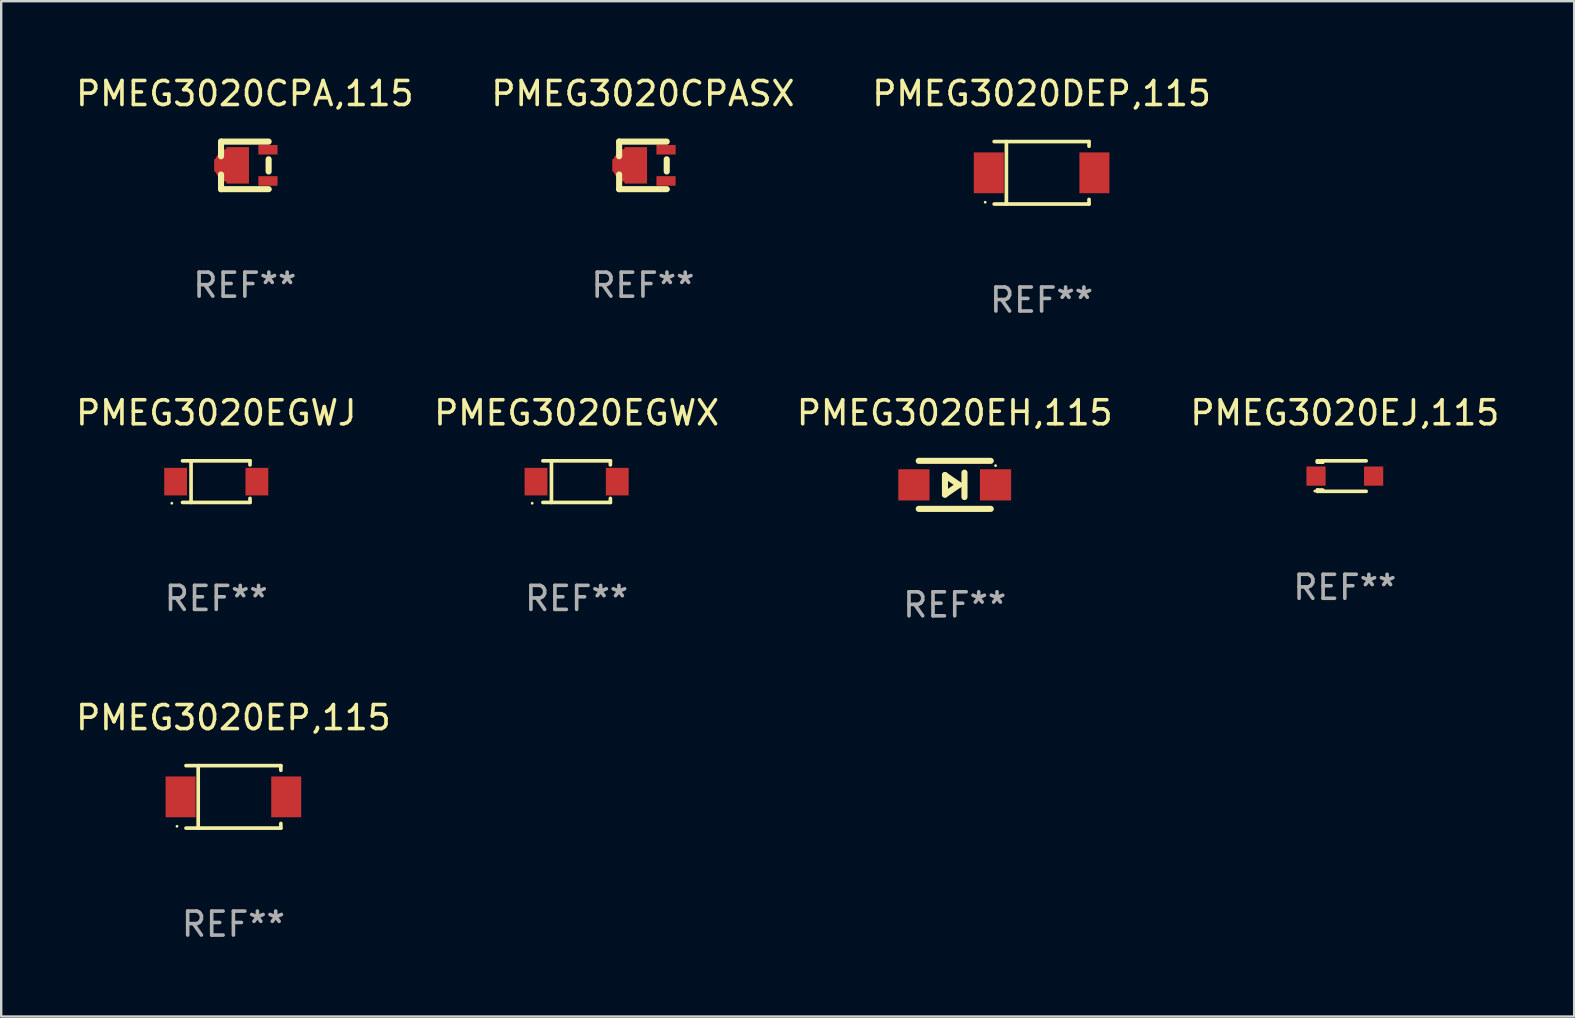
<source format=kicad_pcb>
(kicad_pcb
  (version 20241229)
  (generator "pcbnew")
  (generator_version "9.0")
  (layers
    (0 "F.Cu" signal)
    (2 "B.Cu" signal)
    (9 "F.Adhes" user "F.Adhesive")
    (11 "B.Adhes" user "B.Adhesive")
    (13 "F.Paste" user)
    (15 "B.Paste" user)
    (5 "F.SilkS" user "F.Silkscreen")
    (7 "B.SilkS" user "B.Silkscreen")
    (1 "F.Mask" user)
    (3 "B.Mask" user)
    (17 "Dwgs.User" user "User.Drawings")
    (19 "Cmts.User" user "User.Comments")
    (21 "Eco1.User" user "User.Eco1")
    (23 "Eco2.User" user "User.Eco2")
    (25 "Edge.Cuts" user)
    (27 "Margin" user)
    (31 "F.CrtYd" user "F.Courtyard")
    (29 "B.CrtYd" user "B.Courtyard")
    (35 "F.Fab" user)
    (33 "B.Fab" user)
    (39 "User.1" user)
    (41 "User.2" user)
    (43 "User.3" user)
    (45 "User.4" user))
  (footprint "PMEG3020EGWX"
    (layer "F.Cu")
    (at 20.97 17.013)
    (property "Reference" "PMEG3020EGWX" (at 0 -2.866 0) (layer "F.SilkS") (effects (font (size 1 1) (thickness 0.15))))
    (attr through_hole)
    (fp_line (start -1.406 -0.866) (end 1.406 -0.866) (stroke (width 0.152) (type solid)) (layer "F.SilkS"))
    (fp_line (start -1.406 0.866) (end 1.406 0.866) (stroke (width 0.152) (type solid)) (layer "F.SilkS"))
    (fp_line (start -1.049 -0.866) (end -1.049 0.866) (stroke (width 0.152) (type solid)) (layer "F.SilkS"))
    (fp_line (start 1.406 -0.866) (end 1.406 -0.698) (stroke (width 0.152) (type solid)) (layer "F.SilkS"))
    (fp_line (start 1.406 0.866) (end 1.406 0.698) (stroke (width 0.152) (type solid)) (layer "F.SilkS"))
    (fp_circle (center -1.851 0.9) (end -1.821 0.9) (stroke (width 0.06) (type solid)) (fill no) (layer "F.SilkS"))
    (fp_text user "REF**" (at 0 4.866 0) (layer "F.Fab") (effects (font (size 1 1) (thickness 0.15))))
    (pad "1" smd rect (at -1.692 0) (size 0.95 1.15) (layers "F.Cu" "F.Mask" "F.Paste"))
    (pad "2" smd rect (at 1.692 0) (size 0.95 1.15) (layers "F.Cu" "F.Mask" "F.Paste")))
  (footprint "PMEG3020DEP,115"
    (layer "F.Cu")
    (at 40.339 4.149)
    (property "Reference" "PMEG3020DEP,115" (at 0 -3.301 0) (layer "F.SilkS") (effects (font (size 1 1) (thickness 0.15))))
    (attr through_hole)
    (fp_line (start -1.976 -1.301) (end 1.976 -1.301) (stroke (width 0.152) (type solid)) (layer "F.SilkS"))
    (fp_line (start -1.976 1.301) (end 1.976 1.301) (stroke (width 0.152) (type solid)) (layer "F.SilkS"))
    (fp_line (start -1.467 -1.301) (end -1.467 1.301) (stroke (width 0.152) (type solid)) (layer "F.SilkS"))
    (fp_line (start 1.976 -1.301) (end 1.976 -1.108) (stroke (width 0.152) (type solid)) (layer "F.SilkS"))
    (fp_line (start 1.976 1.301) (end 1.976 1.108) (stroke (width 0.152) (type solid)) (layer "F.SilkS"))
    (fp_circle (center -2.35 1.225) (end -2.32 1.225) (stroke (width 0.06) (type solid)) (fill no) (layer "F.SilkS"))
    (fp_text user "REF**" (at 0 5.301 0) (layer "F.Fab") (effects (font (size 1 1) (thickness 0.15))))
    (pad "1" smd rect (at -2.2 0 180) (size 1.25 1.7) (layers "F.Cu" "F.Mask" "F.Paste"))
    (pad "2" smd rect (at 2.2 0 180) (size 1.25 1.7) (layers "F.Cu" "F.Mask" "F.Paste")))
  (footprint "PMEG3020EP,115"
    (layer "F.Cu")
    (at 6.673 30.145)
    (property "Reference" "PMEG3020EP,115" (at 0 -3.301 0) (layer "F.SilkS") (effects (font (size 1 1) (thickness 0.15))))
    (attr through_hole)
    (fp_line (start -1.976 -1.301) (end 1.976 -1.301) (stroke (width 0.152) (type solid)) (layer "F.SilkS"))
    (fp_line (start -1.976 1.301) (end 1.976 1.301) (stroke (width 0.152) (type solid)) (layer "F.SilkS"))
    (fp_line (start -1.467 -1.301) (end -1.467 1.301) (stroke (width 0.152) (type solid)) (layer "F.SilkS"))
    (fp_line (start 1.976 -1.301) (end 1.976 -1.108) (stroke (width 0.152) (type solid)) (layer "F.SilkS"))
    (fp_line (start 1.976 1.301) (end 1.976 1.108) (stroke (width 0.152) (type solid)) (layer "F.SilkS"))
    (fp_circle (center -2.35 1.225) (end -2.32 1.225) (stroke (width 0.06) (type solid)) (fill no) (layer "F.SilkS"))
    (fp_text user "REF**" (at 0 5.301 0) (layer "F.Fab") (effects (font (size 1 1) (thickness 0.15))))
    (pad "1" smd rect (at -2.2 0 180) (size 1.25 1.7) (layers "F.Cu" "F.Mask" "F.Paste"))
    (pad "2" smd rect (at 2.2 0 180) (size 1.25 1.7) (layers "F.Cu" "F.Mask" "F.Paste")))
  (footprint "PMEG3020EGWJ"
    (layer "F.Cu")
    (at 5.958 17.013)
    (property "Reference" "PMEG3020EGWJ" (at 0 -2.866 0) (layer "F.SilkS") (effects (font (size 1 1) (thickness 0.15))))
    (attr through_hole)
    (fp_line (start -1.406 -0.866) (end 1.406 -0.866) (stroke (width 0.152) (type solid)) (layer "F.SilkS"))
    (fp_line (start -1.406 0.866) (end 1.406 0.866) (stroke (width 0.152) (type solid)) (layer "F.SilkS"))
    (fp_line (start -1.049 -0.866) (end -1.049 0.866) (stroke (width 0.152) (type solid)) (layer "F.SilkS"))
    (fp_line (start 1.406 -0.866) (end 1.406 -0.698) (stroke (width 0.152) (type solid)) (layer "F.SilkS"))
    (fp_line (start 1.406 0.866) (end 1.406 0.698) (stroke (width 0.152) (type solid)) (layer "F.SilkS"))
    (fp_circle (center -1.851 0.9) (end -1.821 0.9) (stroke (width 0.06) (type solid)) (fill no) (layer "F.SilkS"))
    (fp_text user "REF**" (at 0 4.866 0) (layer "F.Fab") (effects (font (size 1 1) (thickness 0.15))))
    (pad "1" smd rect (at -1.692 0) (size 0.95 1.15) (layers "F.Cu" "F.Mask" "F.Paste"))
    (pad "2" smd rect (at 1.692 0) (size 0.95 1.15) (layers "F.Cu" "F.Mask" "F.Paste")))
  (footprint "PMEG3020EH,115"
    (layer "F.Cu")
    (at 36.72 17.147)
    (property "Reference" "PMEG3020EH,115" (at 0 -3 0) (layer "F.SilkS") (effects (font (size 1 1) (thickness 0.15))))
    (attr through_hole)
    (fp_line (start -1.5 -1) (end 1.5 -1) (stroke (width 0.254) (type solid)) (layer "F.SilkS"))
    (fp_line (start -0.406 -0.406) (end 0.178 0) (stroke (width 0.254) (type solid)) (layer "F.SilkS"))
    (fp_line (start -0.406 0.406) (end -0.406 -0.406) (stroke (width 0.254) (type solid)) (layer "F.SilkS"))
    (fp_line (start 0.178 0) (end -0.406 0.406) (stroke (width 0.254) (type solid)) (layer "F.SilkS"))
    (fp_line (start 0.406 0.508) (end 0.406 -0.508) (stroke (width 0.254) (type solid)) (layer "F.SilkS"))
    (fp_line (start 1.5 1) (end -1.5 1) (stroke (width 0.254) (type solid)) (layer "F.SilkS"))
    (fp_circle (center 1.7 -0.8) (end 1.73 -0.8) (stroke (width 0.06) (type solid)) (fill no) (layer "F.SilkS"))
    (fp_text user "REF**" (at 0 5 0) (layer "F.Fab") (effects (font (size 1 1) (thickness 0.15))))
    (pad "1" smd rect (at 1.7 0 180) (size 1.3 1.3) (layers "F.Cu" "F.Mask" "F.Paste"))
    (pad "2" smd rect (at -1.7 0 180) (size 1.3 1.3) (layers "F.Cu" "F.Mask" "F.Paste")))
  (footprint "PMEG3020CPA,115"
    (layer "F.Cu")
    (at 7.149 3.839)
    (property "Reference" "PMEG3020CPA,115" (at 0 -2.991 0) (layer "F.SilkS") (effects (font (size 1 1) (thickness 0.15))))
    (attr through_hole)
    (fp_line (start -0.991 -0.991) (end -0.991 -0.381) (stroke (width 0.254) (type solid)) (layer "F.SilkS"))
    (fp_line (start -0.991 0.381) (end -0.991 0.991) (stroke (width 0.254) (type solid)) (layer "F.SilkS"))
    (fp_line (start -0.991 0.991) (end 0.991 0.991) (stroke (width 0.254) (type solid)) (layer "F.SilkS"))
    (fp_line (start 0.991 -0.991) (end -0.991 -0.991) (stroke (width 0.254) (type solid)) (layer "F.SilkS"))
    (fp_line (start 0.991 -0.254) (end 0.991 0.254) (stroke (width 0.254) (type solid)) (layer "F.SilkS"))
    (fp_circle (center 1.054 0.999) (end 1.084 0.999) (stroke (width 0.06) (type solid)) (fill no) (layer "F.SilkS"))
    (fp_text user "REF**" (at 0 4.991 0) (layer "F.Fab") (effects (font (size 1 1) (thickness 0.15))))
    (pad "1" smd rect (at 0.962 0.649 270) (size 0.399 0.8) (layers "F.Cu" "F.Mask" "F.Paste"))
    (pad "2" smd rect (at 0.962 -0.651 270) (size 0.399 0.8) (layers "F.Cu" "F.Mask" "F.Paste"))
    (pad "3" smd custom (at -0.553 -0.001) (size 1.45 1.52) (layers "F.Cu" "F.Mask" "F.Paste") (options (anchor circle)) (primitives (gr_poly (pts (xy -0.725 -0.26) (xy -0.225 -0.26) (xy -0.215 -0.26) (xy -0.215 -0.76) (xy 0.725 -0.76) (xy 0.725 0.75) (xy 0.725 0.76) (xy -0.205 0.76) (xy -0.215 0.76) (xy -0.215 0.75) (xy -0.215 0.26) (xy -0.725 0.26)) (width 0) (fill yes)))))
  (footprint "PMEG3020CPASX"
    (layer "F.Cu")
    (at 23.732 3.839)
    (property "Reference" "PMEG3020CPASX" (at 0 -2.991 0) (layer "F.SilkS") (effects (font (size 1 1) (thickness 0.15))))
    (attr through_hole)
    (fp_line (start -0.991 -0.991) (end -0.991 -0.381) (stroke (width 0.254) (type solid)) (layer "F.SilkS"))
    (fp_line (start -0.991 0.381) (end -0.991 0.991) (stroke (width 0.254) (type solid)) (layer "F.SilkS"))
    (fp_line (start -0.991 0.991) (end 0.991 0.991) (stroke (width 0.254) (type solid)) (layer "F.SilkS"))
    (fp_line (start 0.991 -0.991) (end -0.991 -0.991) (stroke (width 0.254) (type solid)) (layer "F.SilkS"))
    (fp_line (start 0.991 -0.254) (end 0.991 0.254) (stroke (width 0.254) (type solid)) (layer "F.SilkS"))
    (fp_circle (center 1.054 0.999) (end 1.084 0.999) (stroke (width 0.06) (type solid)) (fill no) (layer "F.SilkS"))
    (fp_text user "REF**" (at 0 4.991 0) (layer "F.Fab") (effects (font (size 1 1) (thickness 0.15))))
    (pad "1" smd rect (at 0.962 0.649 270) (size 0.399 0.8) (layers "F.Cu" "F.Mask" "F.Paste"))
    (pad "2" smd rect (at 0.962 -0.651 270) (size 0.399 0.8) (layers "F.Cu" "F.Mask" "F.Paste"))
    (pad "3" smd custom (at -0.553 -0.001) (size 1.45 1.52) (layers "F.Cu" "F.Mask" "F.Paste") (options (anchor circle)) (primitives (gr_poly (pts (xy -0.725 -0.26) (xy -0.225 -0.26) (xy -0.215 -0.26) (xy -0.215 -0.76) (xy 0.725 -0.76) (xy 0.725 0.75) (xy 0.725 0.76) (xy -0.205 0.76) (xy -0.215 0.76) (xy -0.215 0.75) (xy -0.215 0.26) (xy -0.725 0.26)) (width 0) (fill yes)))))
  (footprint "PMEG3020EJ,115"
    (layer "F.Cu")
    (at 52.97 16.782)
    (property "Reference" "PMEG3020EJ,115" (at 0 -2.635 0) (layer "F.SilkS") (effects (font (size 1 1) (thickness 0.15))))
    (attr through_hole)
    (fp_line (start -1.143 -0.635) (end -1.143 -0.58) (stroke (width 0.152) (type solid)) (layer "F.SilkS"))
    (fp_line (start -1.143 -0.58) (end -0.922 -0.58) (stroke (width 0.152) (type solid)) (layer "F.SilkS"))
    (fp_line (start -1.143 0.58) (end -1.143 0.635) (stroke (width 0.152) (type solid)) (layer "F.SilkS"))
    (fp_line (start -1.143 0.58) (end -0.922 0.58) (stroke (width 0.152) (type solid)) (layer "F.SilkS"))
    (fp_line (start -1.143 0.635) (end 0.889 0.635) (stroke (width 0.152) (type solid)) (layer "F.SilkS"))
    (fp_line (start -0.922 -0.58) (end -0.922 -0.635) (stroke (width 0.152) (type solid)) (layer "F.SilkS"))
    (fp_line (start 0.889 -0.635) (end -1.143 -0.635) (stroke (width 0.152) (type solid)) (layer "F.SilkS"))
    (fp_circle (center -1.25 0.625) (end -1.22 0.625) (stroke (width 0.06) (type solid)) (fill no) (layer "F.SilkS"))
    (fp_text user "REF**" (at 0 4.635 0) (layer "F.Fab") (effects (font (size 1 1) (thickness 0.15))))
    (pad "1" smd rect (at -1.2 0) (size 0.8 0.8) (layers "F.Cu" "F.Mask" "F.Paste"))
    (pad "2" smd rect (at 1.2 0) (size 0.8 0.8) (layers "F.Cu" "F.Mask" "F.Paste")))
  (gr_rect
    (start -3 -3)
    (end 62.524 39.294)
    (stroke (width 0.1) (type default))
    (fill no)
    (layer "Edge.Cuts")))
</source>
